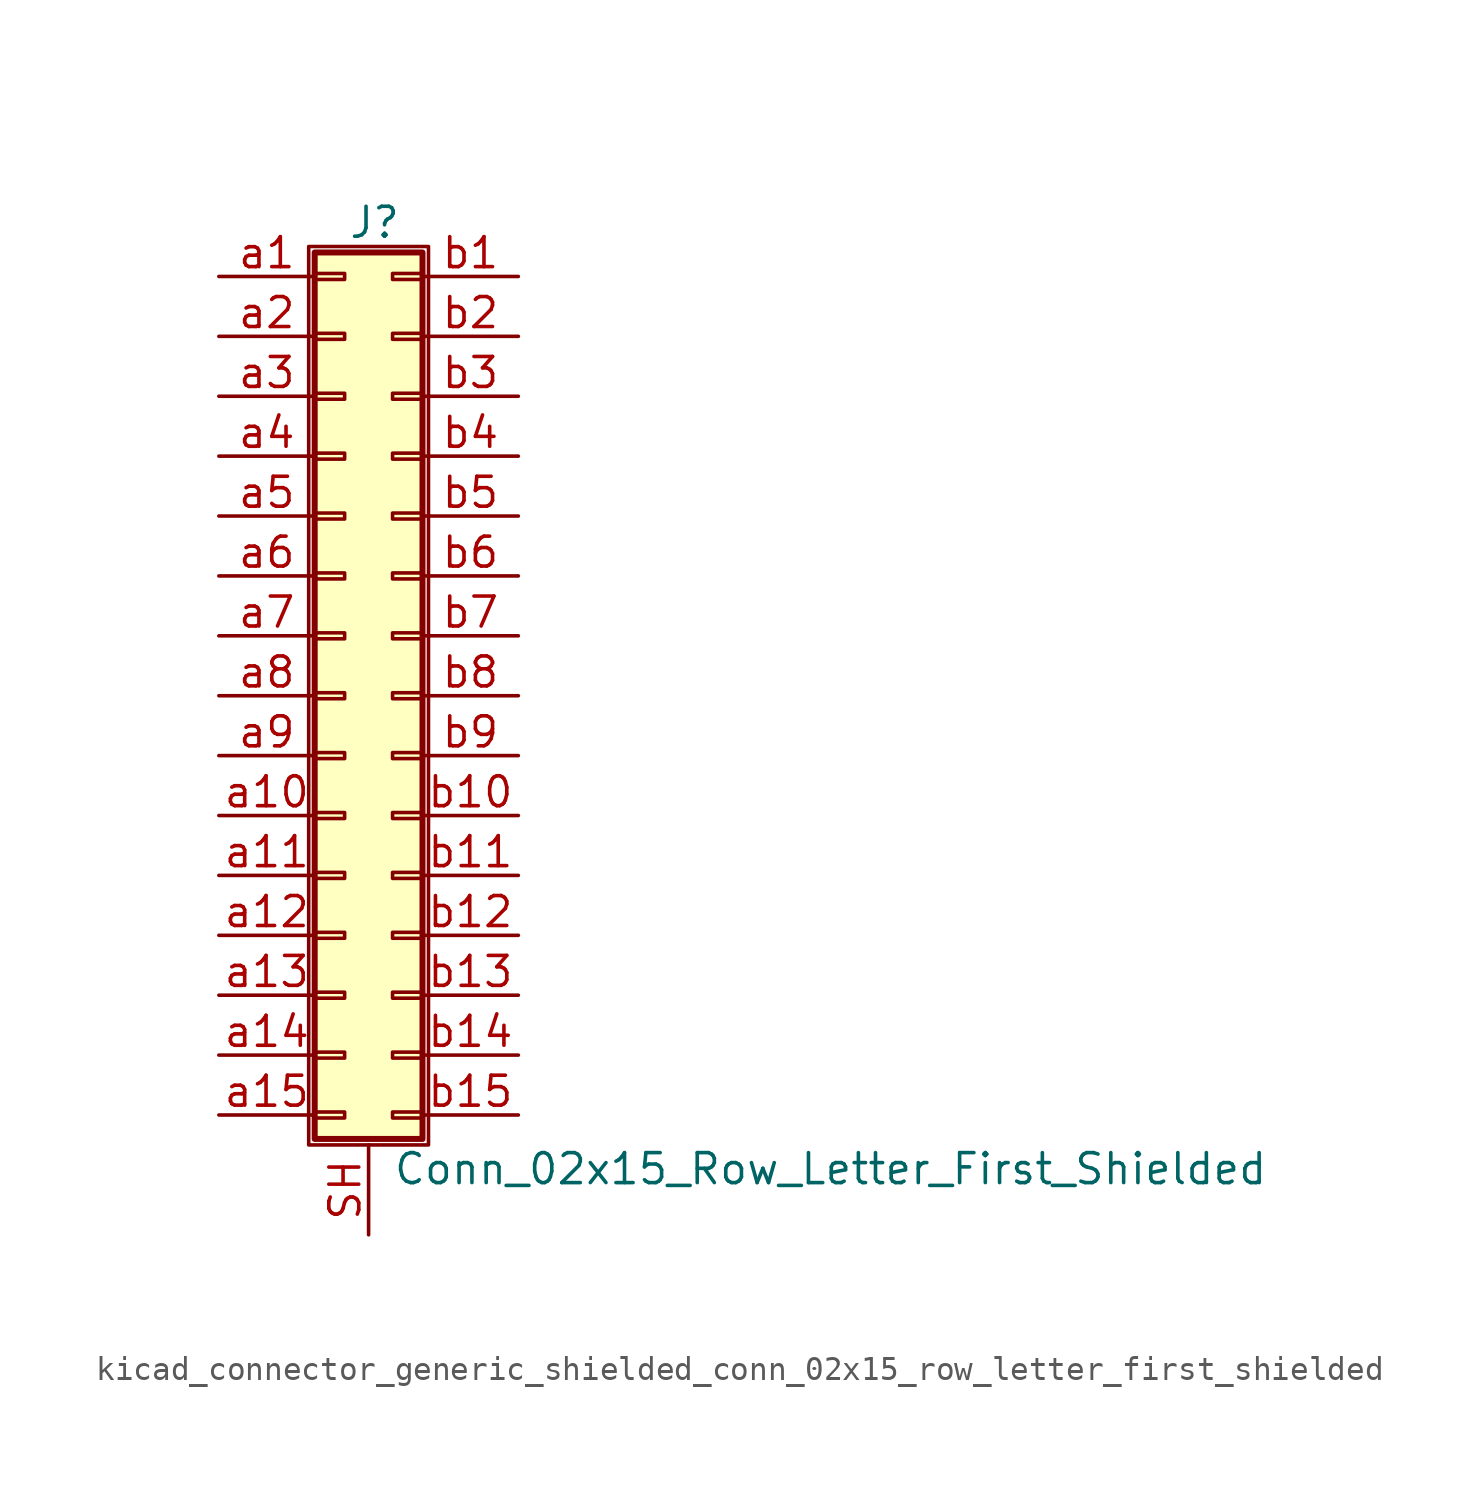
<source format=kicad_sym>
(kicad_symbol_lib
  (version 20220914)
  (generator kicad_symbol_editor)
  (symbol "kicad_connector_generic_shielded_conn_02x15_row_letter_first_shielded"
    (pin_names
      (offset 1.016) hide)
    (property "Reference" "J"
      (at 1.524 20.066 0)
      (effects (font (size 1.27 1.27))))
    (property "Value" "Conn_02x15_Row_Letter_First_Shielded"
      (at 2.286 -20.066 0)
      (effects (font (size 1.27 1.27)) (justify left)))
    (symbol "kicad_connector_generic_shielded_conn_02x15_row_letter_first_shielded_1_1"
      (rectangle (start -1.27 19.05) (end 3.81 -19.05) (stroke (width 0.152) (type default)) (fill (type none)))
      (rectangle (start -1.016 -17.653) (end 0.254 -17.907) (stroke (width 0.152) (type default)) (fill (type none)))
      (rectangle (start -1.016 -15.113) (end 0.254 -15.367) (stroke (width 0.152) (type default)) (fill (type none)))
      (rectangle (start -1.016 -12.573) (end 0.254 -12.827) (stroke (width 0.152) (type default)) (fill (type none)))
      (rectangle (start -1.016 -10.033) (end 0.254 -10.287) (stroke (width 0.152) (type default)) (fill (type none)))
      (rectangle (start -1.016 -7.493) (end 0.254 -7.747) (stroke (width 0.152) (type default)) (fill (type none)))
      (rectangle (start -1.016 -4.953) (end 0.254 -5.207) (stroke (width 0.152) (type default)) (fill (type none)))
      (rectangle (start -1.016 -2.413) (end 0.254 -2.667) (stroke (width 0.152) (type default)) (fill (type none)))
      (rectangle (start -1.016 0.127) (end 0.254 -0.127) (stroke (width 0.152) (type default)) (fill (type none)))
      (rectangle (start -1.016 2.667) (end 0.254 2.413) (stroke (width 0.152) (type default)) (fill (type none)))
      (rectangle (start -1.016 5.207) (end 0.254 4.953) (stroke (width 0.152) (type default)) (fill (type none)))
      (rectangle (start -1.016 7.747) (end 0.254 7.493) (stroke (width 0.152) (type default)) (fill (type none)))
      (rectangle (start -1.016 10.287) (end 0.254 10.033) (stroke (width 0.152) (type default)) (fill (type none)))
      (rectangle (start -1.016 12.827) (end 0.254 12.573) (stroke (width 0.152) (type default)) (fill (type none)))
      (rectangle (start -1.016 15.367) (end 0.254 15.113) (stroke (width 0.152) (type default)) (fill (type none)))
      (rectangle (start -1.016 17.907) (end 0.254 17.653) (stroke (width 0.152) (type default)) (fill (type none)))
      (rectangle (start -1.016 18.796) (end 3.556 -18.796) (stroke (width 0.254) (type default)) (fill (type background)))
      (rectangle (start 3.556 -17.653) (end 2.286 -17.907) (stroke (width 0.152) (type default)) (fill (type none)))
      (rectangle (start 3.556 -15.113) (end 2.286 -15.367) (stroke (width 0.152) (type default)) (fill (type none)))
      (rectangle (start 3.556 -12.573) (end 2.286 -12.827) (stroke (width 0.152) (type default)) (fill (type none)))
      (rectangle (start 3.556 -10.033) (end 2.286 -10.287) (stroke (width 0.152) (type default)) (fill (type none)))
      (rectangle (start 3.556 -7.493) (end 2.286 -7.747) (stroke (width 0.152) (type default)) (fill (type none)))
      (rectangle (start 3.556 -4.953) (end 2.286 -5.207) (stroke (width 0.152) (type default)) (fill (type none)))
      (rectangle (start 3.556 -2.413) (end 2.286 -2.667) (stroke (width 0.152) (type default)) (fill (type none)))
      (rectangle (start 3.556 0.127) (end 2.286 -0.127) (stroke (width 0.152) (type default)) (fill (type none)))
      (rectangle (start 3.556 2.667) (end 2.286 2.413) (stroke (width 0.152) (type default)) (fill (type none)))
      (rectangle (start 3.556 5.207) (end 2.286 4.953) (stroke (width 0.152) (type default)) (fill (type none)))
      (rectangle (start 3.556 7.747) (end 2.286 7.493) (stroke (width 0.152) (type default)) (fill (type none)))
      (rectangle (start 3.556 10.287) (end 2.286 10.033) (stroke (width 0.152) (type default)) (fill (type none)))
      (rectangle (start 3.556 12.827) (end 2.286 12.573) (stroke (width 0.152) (type default)) (fill (type none)))
      (rectangle (start 3.556 15.367) (end 2.286 15.113) (stroke (width 0.152) (type default)) (fill (type none)))
      (rectangle (start 3.556 17.907) (end 2.286 17.653) (stroke (width 0.152) (type default)) (fill (type none)))
      (pin passive line (at 1.27 -22.86 90) (length 3.81) (name "Shield" (effects (font (size 1.27 1.27)))) (number "SH" (effects (font (size 1.27 1.27)))))
      (pin passive line (at -5.08 17.78 0) (length 4.064) (name "Pin_a1" (effects (font (size 1.27 1.27)))) (number "a1" (effects (font (size 1.27 1.27)))))
      (pin passive line (at -5.08 -5.08 0) (length 4.064) (name "Pin_a10" (effects (font (size 1.27 1.27)))) (number "a10" (effects (font (size 1.27 1.27)))))
      (pin passive line (at -5.08 -7.62 0) (length 4.064) (name "Pin_a11" (effects (font (size 1.27 1.27)))) (number "a11" (effects (font (size 1.27 1.27)))))
      (pin passive line (at -5.08 -10.16 0) (length 4.064) (name "Pin_a12" (effects (font (size 1.27 1.27)))) (number "a12" (effects (font (size 1.27 1.27)))))
      (pin passive line (at -5.08 -12.7 0) (length 4.064) (name "Pin_a13" (effects (font (size 1.27 1.27)))) (number "a13" (effects (font (size 1.27 1.27)))))
      (pin passive line (at -5.08 -15.24 0) (length 4.064) (name "Pin_a14" (effects (font (size 1.27 1.27)))) (number "a14" (effects (font (size 1.27 1.27)))))
      (pin passive line (at -5.08 -17.78 0) (length 4.064) (name "Pin_a15" (effects (font (size 1.27 1.27)))) (number "a15" (effects (font (size 1.27 1.27)))))
      (pin passive line (at -5.08 15.24 0) (length 4.064) (name "Pin_a2" (effects (font (size 1.27 1.27)))) (number "a2" (effects (font (size 1.27 1.27)))))
      (pin passive line (at -5.08 12.7 0) (length 4.064) (name "Pin_a3" (effects (font (size 1.27 1.27)))) (number "a3" (effects (font (size 1.27 1.27)))))
      (pin passive line (at -5.08 10.16 0) (length 4.064) (name "Pin_a4" (effects (font (size 1.27 1.27)))) (number "a4" (effects (font (size 1.27 1.27)))))
      (pin passive line (at -5.08 7.62 0) (length 4.064) (name "Pin_a5" (effects (font (size 1.27 1.27)))) (number "a5" (effects (font (size 1.27 1.27)))))
      (pin passive line (at -5.08 5.08 0) (length 4.064) (name "Pin_a6" (effects (font (size 1.27 1.27)))) (number "a6" (effects (font (size 1.27 1.27)))))
      (pin passive line (at -5.08 2.54 0) (length 4.064) (name "Pin_a7" (effects (font (size 1.27 1.27)))) (number "a7" (effects (font (size 1.27 1.27)))))
      (pin passive line (at -5.08 0 0) (length 4.064) (name "Pin_a8" (effects (font (size 1.27 1.27)))) (number "a8" (effects (font (size 1.27 1.27)))))
      (pin passive line (at -5.08 -2.54 0) (length 4.064) (name "Pin_a9" (effects (font (size 1.27 1.27)))) (number "a9" (effects (font (size 1.27 1.27)))))
      (pin passive line (at 7.62 17.78 180) (length 4.064) (name "Pin_b1" (effects (font (size 1.27 1.27)))) (number "b1" (effects (font (size 1.27 1.27)))))
      (pin passive line (at 7.62 -5.08 180) (length 4.064) (name "Pin_b10" (effects (font (size 1.27 1.27)))) (number "b10" (effects (font (size 1.27 1.27)))))
      (pin passive line (at 7.62 -7.62 180) (length 4.064) (name "Pin_b11" (effects (font (size 1.27 1.27)))) (number "b11" (effects (font (size 1.27 1.27)))))
      (pin passive line (at 7.62 -10.16 180) (length 4.064) (name "Pin_b12" (effects (font (size 1.27 1.27)))) (number "b12" (effects (font (size 1.27 1.27)))))
      (pin passive line (at 7.62 -12.7 180) (length 4.064) (name "Pin_b13" (effects (font (size 1.27 1.27)))) (number "b13" (effects (font (size 1.27 1.27)))))
      (pin passive line (at 7.62 -15.24 180) (length 4.064) (name "Pin_b14" (effects (font (size 1.27 1.27)))) (number "b14" (effects (font (size 1.27 1.27)))))
      (pin passive line (at 7.62 -17.78 180) (length 4.064) (name "Pin_b15" (effects (font (size 1.27 1.27)))) (number "b15" (effects (font (size 1.27 1.27)))))
      (pin passive line (at 7.62 15.24 180) (length 4.064) (name "Pin_b2" (effects (font (size 1.27 1.27)))) (number "b2" (effects (font (size 1.27 1.27)))))
      (pin passive line (at 7.62 12.7 180) (length 4.064) (name "Pin_b3" (effects (font (size 1.27 1.27)))) (number "b3" (effects (font (size 1.27 1.27)))))
      (pin passive line (at 7.62 10.16 180) (length 4.064) (name "Pin_b4" (effects (font (size 1.27 1.27)))) (number "b4" (effects (font (size 1.27 1.27)))))
      (pin passive line (at 7.62 7.62 180) (length 4.064) (name "Pin_b5" (effects (font (size 1.27 1.27)))) (number "b5" (effects (font (size 1.27 1.27)))))
      (pin passive line (at 7.62 5.08 180) (length 4.064) (name "Pin_b6" (effects (font (size 1.27 1.27)))) (number "b6" (effects (font (size 1.27 1.27)))))
      (pin passive line (at 7.62 2.54 180) (length 4.064) (name "Pin_b7" (effects (font (size 1.27 1.27)))) (number "b7" (effects (font (size 1.27 1.27)))))
      (pin passive line (at 7.62 0 180) (length 4.064) (name "Pin_b8" (effects (font (size 1.27 1.27)))) (number "b8" (effects (font (size 1.27 1.27)))))
      (pin passive line (at 7.62 -2.54 180) (length 4.064) (name "Pin_b9" (effects (font (size 1.27 1.27)))) (number "b9" (effects (font (size 1.27 1.27))))))))
</source>
